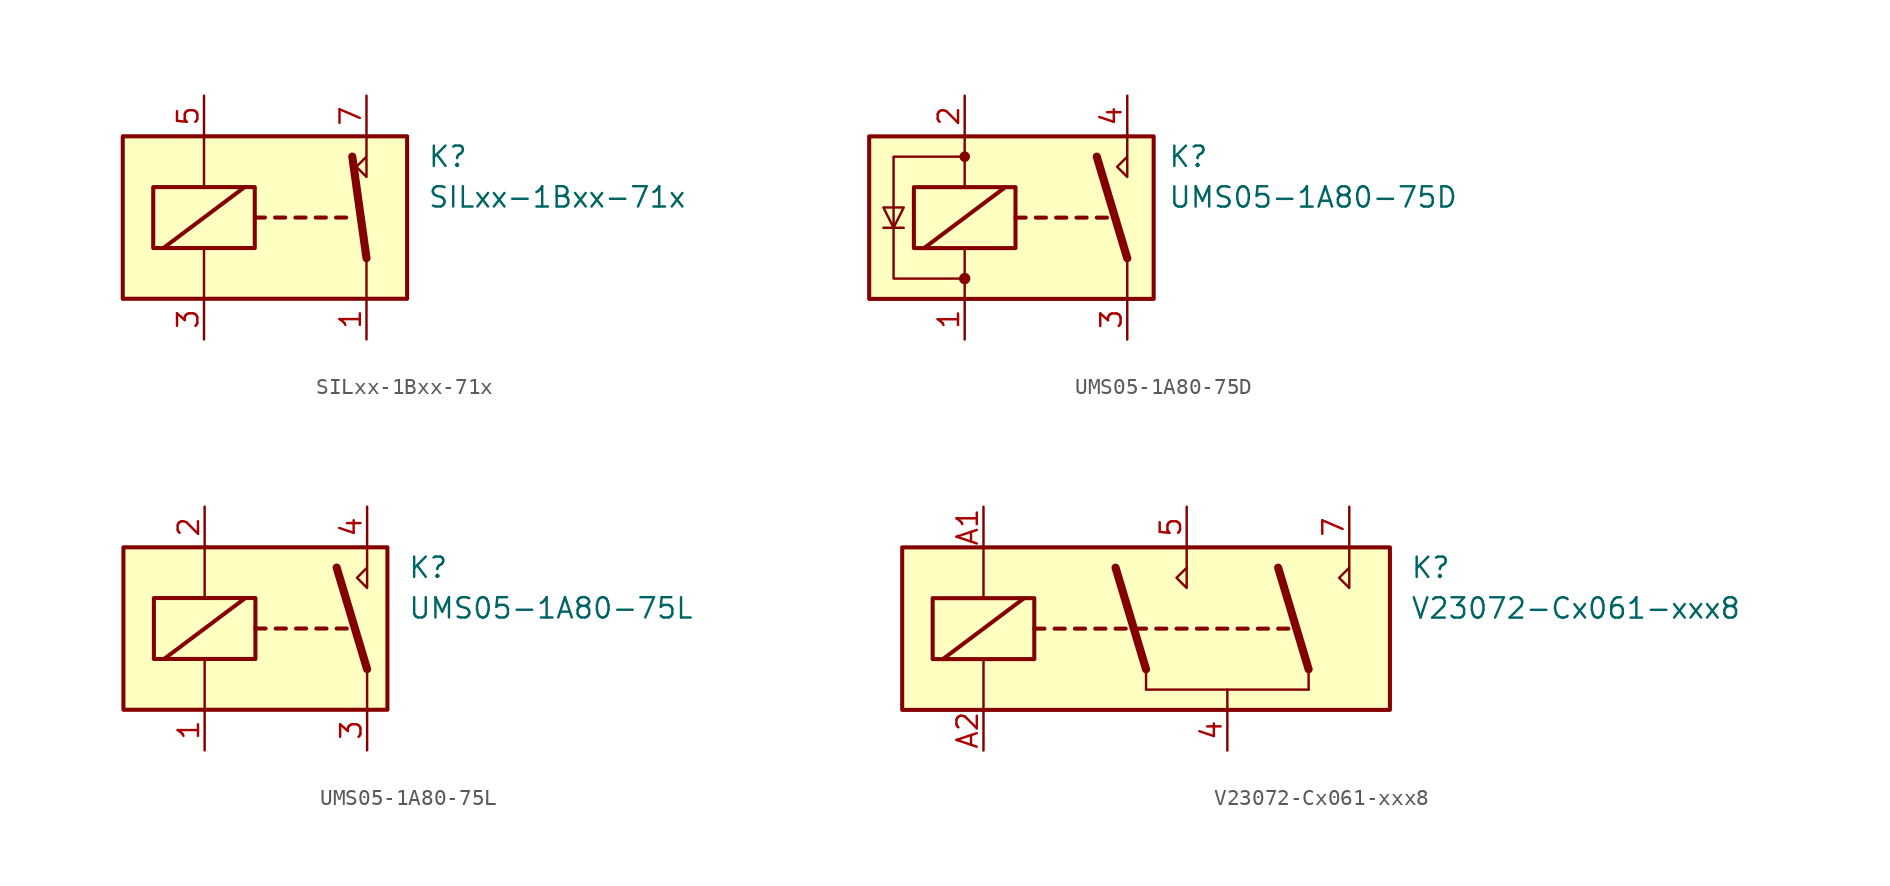
<source format=kicad_sym>
(kicad_symbol_lib
  (version 20231120)
  (generator "kicad_symbol_editor")
  (generator_version "8.0")
  (symbol "SILxx-1Bxx-71x"
    (property "Reference" "K"
      (at 8.89 3.81 0)
      (effects (font (size 1.27 1.27)) (justify left)))
    (property "Value" "SILxx-1Bxx-71x"
      (at 8.89 1.27 0)
      (effects (font (size 1.27 1.27)) (justify left)))
    (symbol "SILxx-1Bxx-71x_0_0"
      (polyline (pts (xy 5.08 5.08) (xy 5.08 2.54) (xy 4.445 3.175) (xy 5.08 3.81)) (stroke (width 0) (type default)) (fill (type none))))
    (symbol "SILxx-1Bxx-71x_0_1"
      (rectangle (start -10.16 5.08) (end 7.62 -5.08) (stroke (width 0.254) (type default)) (fill (type background)))
      (rectangle (start -8.255 1.905) (end -1.905 -1.905) (stroke (width 0.254) (type default)) (fill (type none)))
      (polyline (pts (xy -7.62 -1.905) (xy -2.54 1.905)) (stroke (width 0.254) (type default)) (fill (type none)))
      (polyline (pts (xy -5.08 -5.08) (xy -5.08 -1.905)) (stroke (width 0) (type default)) (fill (type none)))
      (polyline (pts (xy -5.08 5.08) (xy -5.08 1.905)) (stroke (width 0) (type default)) (fill (type none)))
      (polyline (pts (xy -1.905 0) (xy -1.27 0)) (stroke (width 0.254) (type default)) (fill (type none)))
      (polyline (pts (xy -0.635 0) (xy 0 0)) (stroke (width 0.254) (type default)) (fill (type none)))
      (polyline (pts (xy 0.635 0) (xy 1.27 0)) (stroke (width 0.254) (type default)) (fill (type none)))
      (polyline (pts (xy 1.905 0) (xy 2.54 0)) (stroke (width 0.254) (type default)) (fill (type none)))
      (polyline (pts (xy 3.175 0) (xy 3.81 0)) (stroke (width 0.254) (type default)) (fill (type none)))
      (polyline (pts (xy 5.08 -2.54) (xy 4.191 3.81)) (stroke (width 0.508) (type default)) (fill (type none)))
      (polyline (pts (xy 5.08 -2.54) (xy 5.08 -5.08)) (stroke (width 0) (type default)) (fill (type none))))
    (symbol "SILxx-1Bxx-71x_1_1"
      (pin passive line (at 5.08 -7.62 90) (length 2.54) (name "~" (effects (font (size 1.27 1.27)))) (number "1" (effects (font (size 1.27 1.27)))))
      (pin passive line (at -5.08 -7.62 90) (length 2.54) (name "~" (effects (font (size 1.27 1.27)))) (number "3" (effects (font (size 1.27 1.27)))))
      (pin passive line (at -5.08 7.62 270) (length 2.54) (name "~" (effects (font (size 1.27 1.27)))) (number "5" (effects (font (size 1.27 1.27)))))
      (pin passive line (at 5.08 7.62 270) (length 2.54) (name "~" (effects (font (size 1.27 1.27)))) (number "7" (effects (font (size 1.27 1.27)))))))
  (symbol "UMS05-1A80-75D"
    (property "Reference" "K"
      (at 7.62 3.81 0)
      (effects (font (size 1.27 1.27)) (justify left)))
    (property "Value" "UMS05-1A80-75D"
      (at 7.62 1.27 0)
      (effects (font (size 1.27 1.27)) (justify left)))
    (symbol "UMS05-1A80-75D_0_0"
      (polyline (pts (xy 5.08 5.08) (xy 5.08 2.54) (xy 4.445 3.175) (xy 5.08 3.81)) (stroke (width 0) (type default)) (fill (type none))))
    (symbol "UMS05-1A80-75D_0_1"
      (rectangle (start -11.049 5.08) (end 6.731 -5.08) (stroke (width 0.254) (type default)) (fill (type background)))
      (rectangle (start -8.255 1.905) (end -1.905 -1.905) (stroke (width 0.254) (type default)) (fill (type none)))
      (circle (center -5.08 -3.81) (radius 0.279) (stroke (width 0) (type default)) (fill (type outline)))
      (circle (center -5.08 3.81) (radius 0.254) (stroke (width 0) (type default)) (fill (type outline)))
      (polyline (pts (xy -8.89 -0.635) (xy -10.16 -0.635)) (stroke (width 0) (type default)) (fill (type none)))
      (polyline (pts (xy -7.62 -1.905) (xy -2.54 1.905)) (stroke (width 0.254) (type default)) (fill (type none)))
      (polyline (pts (xy -5.08 -5.08) (xy -5.08 -1.905)) (stroke (width 0) (type default)) (fill (type none)))
      (polyline (pts (xy -5.08 5.08) (xy -5.08 1.905)) (stroke (width 0) (type default)) (fill (type none)))
      (polyline (pts (xy -1.905 0) (xy -1.27 0)) (stroke (width 0.254) (type default)) (fill (type none)))
      (polyline (pts (xy -0.635 0) (xy 0 0)) (stroke (width 0.254) (type default)) (fill (type none)))
      (polyline (pts (xy 0.635 0) (xy 1.27 0)) (stroke (width 0.254) (type default)) (fill (type none)))
      (polyline (pts (xy 1.905 0) (xy 2.54 0)) (stroke (width 0.254) (type default)) (fill (type none)))
      (polyline (pts (xy 3.175 0) (xy 3.81 0)) (stroke (width 0.254) (type default)) (fill (type none)))
      (polyline (pts (xy 5.08 -2.54) (xy 3.175 3.81)) (stroke (width 0.508) (type default)) (fill (type none)))
      (polyline (pts (xy 5.08 -2.54) (xy 5.08 -5.08)) (stroke (width 0) (type default)) (fill (type none)))
      (polyline (pts (xy -9.525 -0.635) (xy -10.16 0.635) (xy -8.89 0.635) (xy -9.525 -0.635)) (stroke (width 0) (type default)) (fill (type none)))
      (polyline (pts (xy -5.08 3.81) (xy -9.525 3.81) (xy -9.525 -3.81) (xy -5.08 -3.81)) (stroke (width 0) (type default)) (fill (type none))))
    (symbol "UMS05-1A80-75D_1_1"
      (pin passive line (at -5.08 -7.62 90) (length 2.54) (name "~" (effects (font (size 1.27 1.27)))) (number "1" (effects (font (size 1.27 1.27)))))
      (pin passive line (at -5.08 7.62 270) (length 2.54) (name "~" (effects (font (size 1.27 1.27)))) (number "2" (effects (font (size 1.27 1.27)))))
      (pin passive line (at 5.08 -7.62 90) (length 2.54) (name "~" (effects (font (size 1.27 1.27)))) (number "3" (effects (font (size 1.27 1.27)))))
      (pin passive line (at 5.08 7.62 270) (length 2.54) (name "~" (effects (font (size 1.27 1.27)))) (number "4" (effects (font (size 1.27 1.27)))))))
  (symbol "UMS05-1A80-75L"
    (property "Reference" "K"
      (at 7.62 3.81 0)
      (effects (font (size 1.27 1.27)) (justify left)))
    (property "Value" "UMS05-1A80-75L"
      (at 7.62 1.27 0)
      (effects (font (size 1.27 1.27)) (justify left)))
    (symbol "UMS05-1A80-75L_0_0"
      (polyline (pts (xy 5.08 5.08) (xy 5.08 2.54) (xy 4.445 3.175) (xy 5.08 3.81)) (stroke (width 0) (type default)) (fill (type none))))
    (symbol "UMS05-1A80-75L_0_1"
      (rectangle (start -10.16 5.08) (end 6.35 -5.08) (stroke (width 0.254) (type default)) (fill (type background)))
      (rectangle (start -8.255 1.905) (end -1.905 -1.905) (stroke (width 0.254) (type default)) (fill (type none)))
      (polyline (pts (xy -7.62 -1.905) (xy -2.54 1.905)) (stroke (width 0.254) (type default)) (fill (type none)))
      (polyline (pts (xy -5.08 -5.08) (xy -5.08 -1.905)) (stroke (width 0) (type default)) (fill (type none)))
      (polyline (pts (xy -5.08 5.08) (xy -5.08 1.905)) (stroke (width 0) (type default)) (fill (type none)))
      (polyline (pts (xy -1.905 0) (xy -1.27 0)) (stroke (width 0.254) (type default)) (fill (type none)))
      (polyline (pts (xy -0.635 0) (xy 0 0)) (stroke (width 0.254) (type default)) (fill (type none)))
      (polyline (pts (xy 0.635 0) (xy 1.27 0)) (stroke (width 0.254) (type default)) (fill (type none)))
      (polyline (pts (xy 1.905 0) (xy 2.54 0)) (stroke (width 0.254) (type default)) (fill (type none)))
      (polyline (pts (xy 3.175 0) (xy 3.81 0)) (stroke (width 0.254) (type default)) (fill (type none)))
      (polyline (pts (xy 5.08 -2.54) (xy 3.175 3.81)) (stroke (width 0.508) (type default)) (fill (type none)))
      (polyline (pts (xy 5.08 -2.54) (xy 5.08 -5.08)) (stroke (width 0) (type default)) (fill (type none))))
    (symbol "UMS05-1A80-75L_1_1"
      (pin passive line (at -5.08 -7.62 90) (length 2.54) (name "~" (effects (font (size 1.27 1.27)))) (number "1" (effects (font (size 1.27 1.27)))))
      (pin passive line (at -5.08 7.62 270) (length 2.54) (name "~" (effects (font (size 1.27 1.27)))) (number "2" (effects (font (size 1.27 1.27)))))
      (pin passive line (at 5.08 -7.62 90) (length 2.54) (name "~" (effects (font (size 1.27 1.27)))) (number "3" (effects (font (size 1.27 1.27)))))
      (pin passive line (at 5.08 7.62 270) (length 2.54) (name "~" (effects (font (size 1.27 1.27)))) (number "4" (effects (font (size 1.27 1.27)))))))
  (symbol "V23072-Cx061-xxx8"
    (property "Reference" "K"
      (at 16.51 3.81 0)
      (effects (font (size 1.27 1.27)) (justify left)))
    (property "Value" "V23072-Cx061-xxx8"
      (at 16.51 1.27 0)
      (effects (font (size 1.27 1.27)) (justify left)))
    (symbol "V23072-Cx061-xxx8_0_1"
      (rectangle (start -15.24 5.08) (end 15.24 -5.08) (stroke (width 0.254) (type default)) (fill (type background)))
      (rectangle (start -13.335 1.905) (end -6.985 -1.905) (stroke (width 0.254) (type default)) (fill (type none)))
      (polyline (pts (xy -12.7 -1.905) (xy -7.62 1.905)) (stroke (width 0.254) (type default)) (fill (type none)))
      (polyline (pts (xy -10.16 -5.08) (xy -10.16 -1.905)) (stroke (width 0) (type default)) (fill (type none)))
      (polyline (pts (xy -10.16 5.08) (xy -10.16 1.905)) (stroke (width 0) (type default)) (fill (type none)))
      (polyline (pts (xy -6.985 0) (xy -6.35 0)) (stroke (width 0.254) (type default)) (fill (type none)))
      (polyline (pts (xy -5.715 0) (xy -5.08 0)) (stroke (width 0.254) (type default)) (fill (type none)))
      (polyline (pts (xy -4.445 0) (xy -3.81 0)) (stroke (width 0.254) (type default)) (fill (type none)))
      (polyline (pts (xy -3.175 0) (xy -2.54 0)) (stroke (width 0.254) (type default)) (fill (type none)))
      (polyline (pts (xy -1.905 0) (xy -1.27 0)) (stroke (width 0.254) (type default)) (fill (type none)))
      (polyline (pts (xy -0.635 0) (xy 0 0)) (stroke (width 0.254) (type default)) (fill (type none)))
      (polyline (pts (xy 0 -2.54) (xy -1.905 3.81)) (stroke (width 0.508) (type default)) (fill (type none)))
      (polyline (pts (xy 0 -2.54) (xy 0 -3.81)) (stroke (width 0) (type default)) (fill (type none)))
      (polyline (pts (xy 0.635 0) (xy 1.27 0)) (stroke (width 0.254) (type default)) (fill (type none)))
      (polyline (pts (xy 1.905 0) (xy 2.54 0)) (stroke (width 0.254) (type default)) (fill (type none)))
      (polyline (pts (xy 3.175 0) (xy 3.81 0)) (stroke (width 0.254) (type default)) (fill (type none)))
      (polyline (pts (xy 4.445 0) (xy 5.08 0)) (stroke (width 0.254) (type default)) (fill (type none)))
      (polyline (pts (xy 5.08 -3.81) (xy 5.08 -5.08)) (stroke (width 0) (type default)) (fill (type none)))
      (polyline (pts (xy 5.715 0) (xy 6.35 0)) (stroke (width 0.254) (type default)) (fill (type none)))
      (polyline (pts (xy 6.985 0) (xy 7.62 0)) (stroke (width 0.254) (type default)) (fill (type none)))
      (polyline (pts (xy 8.255 0) (xy 8.89 0)) (stroke (width 0.254) (type default)) (fill (type none)))
      (polyline (pts (xy 10.16 -3.81) (xy 0 -3.81)) (stroke (width 0) (type default)) (fill (type none)))
      (polyline (pts (xy 10.16 -2.54) (xy 8.255 3.81)) (stroke (width 0.508) (type default)) (fill (type none)))
      (polyline (pts (xy 10.16 -2.54) (xy 10.16 -3.81)) (stroke (width 0) (type default)) (fill (type none)))
      (polyline (pts (xy 2.54 5.08) (xy 2.54 2.54) (xy 1.905 3.175) (xy 2.54 3.81)) (stroke (width 0) (type default)) (fill (type none)))
      (polyline (pts (xy 12.7 5.08) (xy 12.7 2.54) (xy 12.065 3.175) (xy 12.7 3.81)) (stroke (width 0) (type default)) (fill (type none))))
    (symbol "V23072-Cx061-xxx8_1_1"
      (pin no_connect line (at -5.08 -5.08 90) (length 2.54) hide (name "~" (effects (font (size 1.27 1.27)))) (number "3" (effects (font (size 1.27 1.27)))))
      (pin passive line (at 5.08 -7.62 90) (length 2.54) (name "~" (effects (font (size 1.27 1.27)))) (number "4" (effects (font (size 1.27 1.27)))))
      (pin passive line (at 2.54 7.62 270) (length 2.54) (name "~" (effects (font (size 1.27 1.27)))) (number "5" (effects (font (size 1.27 1.27)))))
      (pin no_connect line (at -2.54 -5.08 90) (length 2.54) hide (name "~" (effects (font (size 1.27 1.27)))) (number "6" (effects (font (size 1.27 1.27)))))
      (pin passive line (at 12.7 7.62 270) (length 2.54) (name "~" (effects (font (size 1.27 1.27)))) (number "7" (effects (font (size 1.27 1.27)))))
      (pin passive line (at -10.16 7.62 270) (length 2.54) (name "~" (effects (font (size 1.27 1.27)))) (number "A1" (effects (font (size 1.27 1.27)))))
      (pin passive line (at -10.16 -7.62 90) (length 2.54) (name "~" (effects (font (size 1.27 1.27)))) (number "A2" (effects (font (size 1.27 1.27))))))))
</source>
